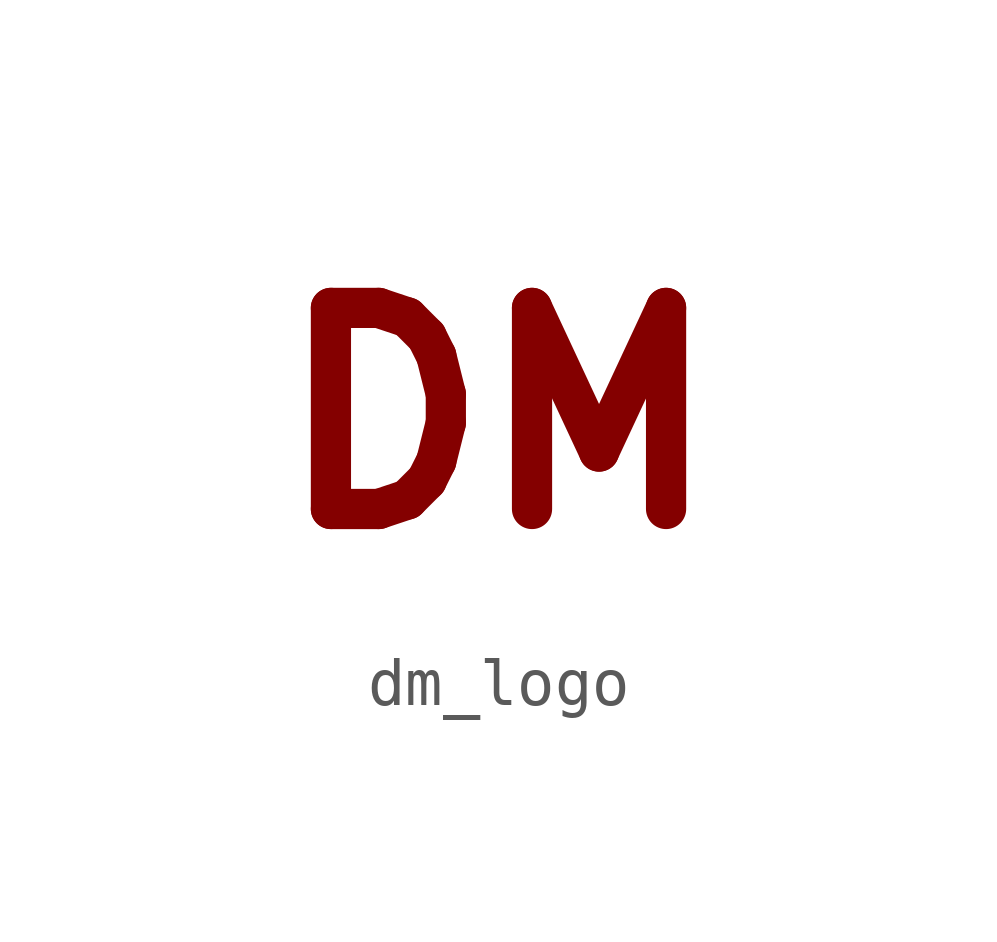
<source format=kicad_sym>
(kicad_symbol_lib
  (version 20200126)
  (host kicad_symbol_editor "(5.99.0-2364-g42a2f1346)")
  (symbol "dm_logo:dm_logo"
    (pin_numbers hide)
    (pin_names
      (offset 0) hide)
    (property "Reference" "SYM"
      (at 0 -2.54 0)
      (effects (font (size 1.27 1.27)) hide))
    (symbol "dm_logo_0_0"
      (text "DM" (at 0 0 0) (effects (font (size 4.191 4.191) bold))))))
</source>
